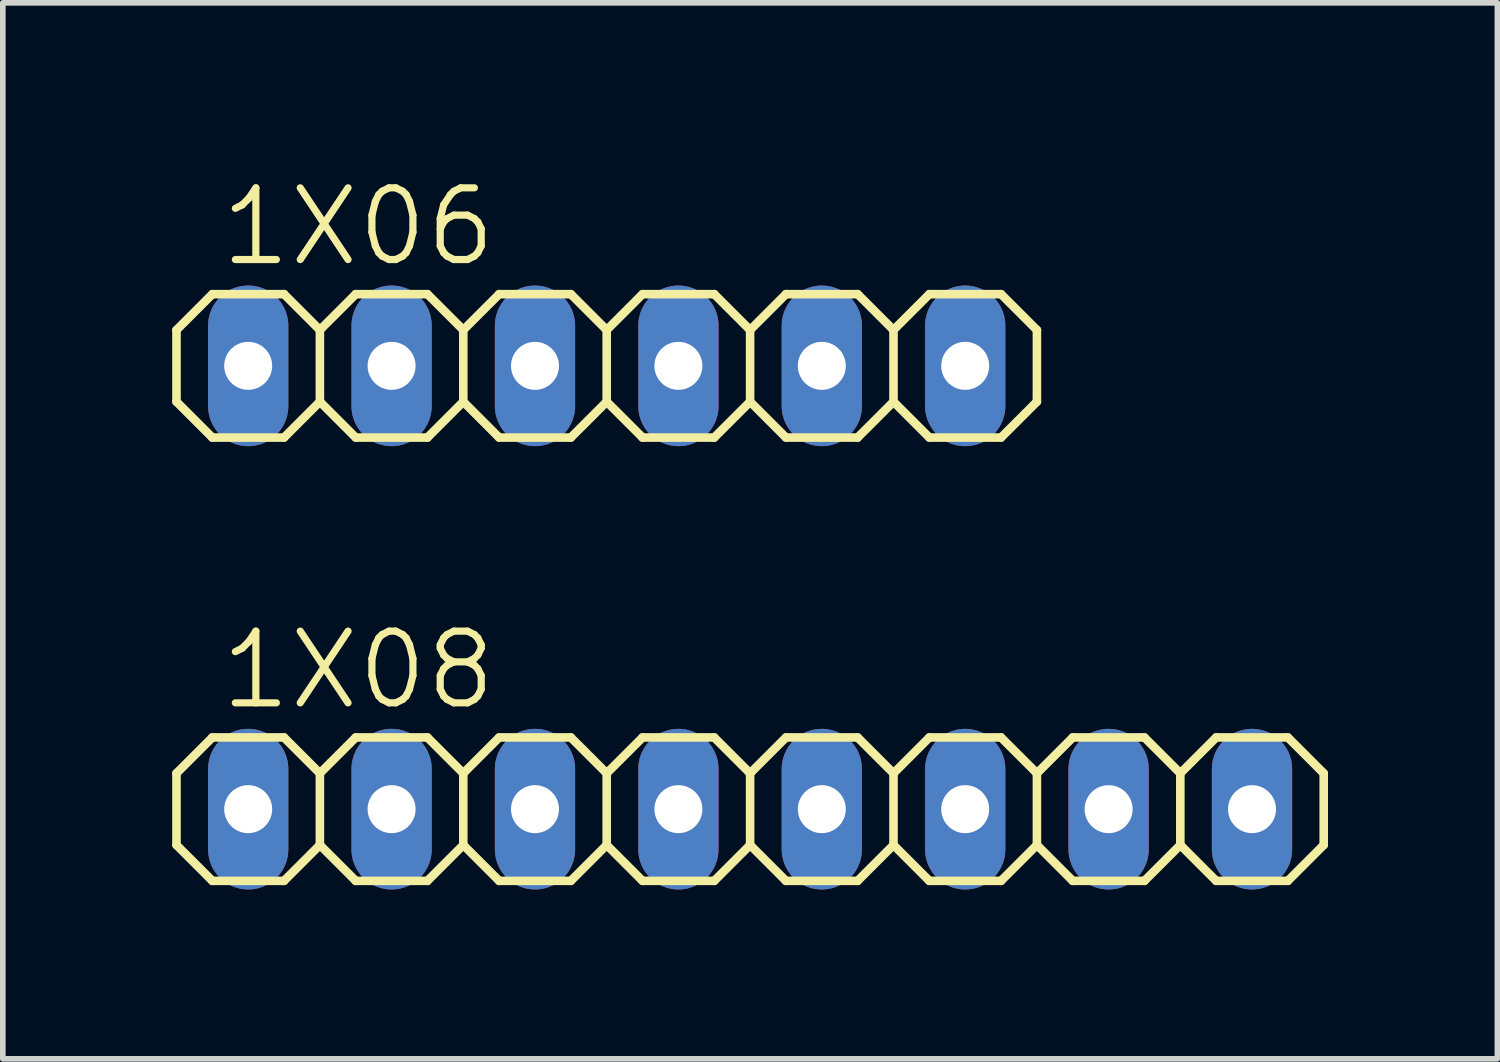
<source format=kicad_pcb>
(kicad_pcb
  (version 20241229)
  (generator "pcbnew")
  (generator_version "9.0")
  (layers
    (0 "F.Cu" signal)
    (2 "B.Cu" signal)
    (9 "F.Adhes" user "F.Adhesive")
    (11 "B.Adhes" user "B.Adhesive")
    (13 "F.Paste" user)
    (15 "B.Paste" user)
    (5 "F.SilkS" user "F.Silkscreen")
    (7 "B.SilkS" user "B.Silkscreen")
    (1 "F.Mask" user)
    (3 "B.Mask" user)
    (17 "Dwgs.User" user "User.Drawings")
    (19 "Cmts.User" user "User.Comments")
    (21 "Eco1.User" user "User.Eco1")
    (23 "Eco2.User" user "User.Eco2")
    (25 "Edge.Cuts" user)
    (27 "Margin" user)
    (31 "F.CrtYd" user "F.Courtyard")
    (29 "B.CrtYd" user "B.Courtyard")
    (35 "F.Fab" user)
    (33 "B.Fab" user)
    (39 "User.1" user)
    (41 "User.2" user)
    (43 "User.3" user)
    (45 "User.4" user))
  (footprint "1X06"
    (layer "F.Cu")
    (at 7.696 3.43)
    (property "Reference" "1X06" (at -4.4 -2.464 0) (layer "F.SilkS") (effects (font (size 1.27 1.27) (thickness 0.127))))
    (attr through_hole)
    (fp_line (start -7.62 -0.635) (end -7.62 0.635) (stroke (width 0.152) (type solid)) (layer "F.SilkS"))
    (fp_line (start -7.62 0.635) (end -6.985 1.27) (stroke (width 0.152) (type solid)) (layer "F.SilkS"))
    (fp_line (start -6.985 -1.27) (end -7.62 -0.635) (stroke (width 0.152) (type solid)) (layer "F.SilkS"))
    (fp_line (start -6.985 -1.27) (end -5.715 -1.27) (stroke (width 0.152) (type solid)) (layer "F.SilkS"))
    (fp_line (start -5.715 -1.27) (end -5.08 -0.635) (stroke (width 0.152) (type solid)) (layer "F.SilkS"))
    (fp_line (start -5.715 1.27) (end -6.985 1.27) (stroke (width 0.152) (type solid)) (layer "F.SilkS"))
    (fp_line (start -5.08 -0.635) (end -5.08 0.635) (stroke (width 0.152) (type solid)) (layer "F.SilkS"))
    (fp_line (start -5.08 -0.635) (end -4.445 -1.27) (stroke (width 0.152) (type solid)) (layer "F.SilkS"))
    (fp_line (start -5.08 0.635) (end -5.715 1.27) (stroke (width 0.152) (type solid)) (layer "F.SilkS"))
    (fp_line (start -4.445 -1.27) (end -3.175 -1.27) (stroke (width 0.152) (type solid)) (layer "F.SilkS"))
    (fp_line (start -4.445 1.27) (end -5.08 0.635) (stroke (width 0.152) (type solid)) (layer "F.SilkS"))
    (fp_line (start -3.175 -1.27) (end -2.54 -0.635) (stroke (width 0.152) (type solid)) (layer "F.SilkS"))
    (fp_line (start -3.175 1.27) (end -4.445 1.27) (stroke (width 0.152) (type solid)) (layer "F.SilkS"))
    (fp_line (start -2.54 -0.635) (end -2.54 0.635) (stroke (width 0.152) (type solid)) (layer "F.SilkS"))
    (fp_line (start -2.54 -0.635) (end -1.905 -1.27) (stroke (width 0.152) (type solid)) (layer "F.SilkS"))
    (fp_line (start -2.54 0.635) (end -3.175 1.27) (stroke (width 0.152) (type solid)) (layer "F.SilkS"))
    (fp_line (start -1.905 -1.27) (end -0.635 -1.27) (stroke (width 0.152) (type solid)) (layer "F.SilkS"))
    (fp_line (start -1.905 1.27) (end -2.54 0.635) (stroke (width 0.152) (type solid)) (layer "F.SilkS"))
    (fp_line (start -0.635 -1.27) (end 0 -0.635) (stroke (width 0.152) (type solid)) (layer "F.SilkS"))
    (fp_line (start -0.635 1.27) (end -1.905 1.27) (stroke (width 0.152) (type solid)) (layer "F.SilkS"))
    (fp_line (start 0 -0.635) (end 0 0.635) (stroke (width 0.152) (type solid)) (layer "F.SilkS"))
    (fp_line (start 0 0.635) (end -0.635 1.27) (stroke (width 0.152) (type solid)) (layer "F.SilkS"))
    (fp_line (start 0 0.635) (end 0.635 1.27) (stroke (width 0.152) (type solid)) (layer "F.SilkS"))
    (fp_line (start 0.635 -1.27) (end 0 -0.635) (stroke (width 0.152) (type solid)) (layer "F.SilkS"))
    (fp_line (start 0.635 -1.27) (end 1.905 -1.27) (stroke (width 0.152) (type solid)) (layer "F.SilkS"))
    (fp_line (start 1.905 -1.27) (end 2.54 -0.635) (stroke (width 0.152) (type solid)) (layer "F.SilkS"))
    (fp_line (start 1.905 1.27) (end 0.635 1.27) (stroke (width 0.152) (type solid)) (layer "F.SilkS"))
    (fp_line (start 2.54 -0.635) (end 2.54 0.635) (stroke (width 0.152) (type solid)) (layer "F.SilkS"))
    (fp_line (start 2.54 -0.635) (end 3.175 -1.27) (stroke (width 0.152) (type solid)) (layer "F.SilkS"))
    (fp_line (start 2.54 0.635) (end 1.905 1.27) (stroke (width 0.152) (type solid)) (layer "F.SilkS"))
    (fp_line (start 3.175 -1.27) (end 4.445 -1.27) (stroke (width 0.152) (type solid)) (layer "F.SilkS"))
    (fp_line (start 3.175 1.27) (end 2.54 0.635) (stroke (width 0.152) (type solid)) (layer "F.SilkS"))
    (fp_line (start 4.445 -1.27) (end 5.08 -0.635) (stroke (width 0.152) (type solid)) (layer "F.SilkS"))
    (fp_line (start 4.445 1.27) (end 3.175 1.27) (stroke (width 0.152) (type solid)) (layer "F.SilkS"))
    (fp_line (start 5.08 -0.635) (end 5.08 0.635) (stroke (width 0.152) (type solid)) (layer "F.SilkS"))
    (fp_line (start 5.08 0.635) (end 4.445 1.27) (stroke (width 0.152) (type solid)) (layer "F.SilkS"))
    (fp_line (start 5.08 0.635) (end 5.715 1.27) (stroke (width 0.152) (type solid)) (layer "F.SilkS"))
    (fp_line (start 5.715 -1.27) (end 5.08 -0.635) (stroke (width 0.152) (type solid)) (layer "F.SilkS"))
    (fp_line (start 5.715 -1.27) (end 6.985 -1.27) (stroke (width 0.152) (type solid)) (layer "F.SilkS"))
    (fp_line (start 6.985 -1.27) (end 7.62 -0.635) (stroke (width 0.152) (type solid)) (layer "F.SilkS"))
    (fp_line (start 6.985 1.27) (end 5.715 1.27) (stroke (width 0.152) (type solid)) (layer "F.SilkS"))
    (fp_line (start 7.62 -0.635) (end 7.62 0.635) (stroke (width 0.152) (type solid)) (layer "F.SilkS"))
    (fp_line (start 7.62 0.635) (end 6.985 1.27) (stroke (width 0.152) (type solid)) (layer "F.SilkS"))
    (fp_poly (pts (xy -6.604 -0.254) (xy -6.096 -0.254) (xy -6.096 0.254) (xy -6.604 0.254)) (stroke (width 0.1) (type solid)) (fill no) (layer "F.Fab"))
    (fp_poly (pts (xy -4.064 -0.254) (xy -3.556 -0.254) (xy -3.556 0.254) (xy -4.064 0.254)) (stroke (width 0.1) (type solid)) (fill no) (layer "F.Fab"))
    (fp_poly (pts (xy -1.524 -0.254) (xy -1.016 -0.254) (xy -1.016 0.254) (xy -1.524 0.254)) (stroke (width 0.1) (type solid)) (fill no) (layer "F.Fab"))
    (fp_poly (pts (xy 1.016 -0.254) (xy 1.524 -0.254) (xy 1.524 0.254) (xy 1.016 0.254)) (stroke (width 0.1) (type solid)) (fill no) (layer "F.Fab"))
    (fp_poly (pts (xy 3.556 -0.254) (xy 4.064 -0.254) (xy 4.064 0.254) (xy 3.556 0.254)) (stroke (width 0.1) (type solid)) (fill no) (layer "F.Fab"))
    (fp_poly (pts (xy 6.096 -0.254) (xy 6.604 -0.254) (xy 6.604 0.254) (xy 6.096 0.254)) (stroke (width 0.1) (type solid)) (fill no) (layer "F.Fab"))
    (pad "1" thru_hole oval (at -6.35 0) (size 1.422 2.845) (drill 0.85) (layers "*.Cu" "*.Mask"))
    (pad "2" thru_hole oval (at -3.81 0) (size 1.422 2.845) (drill 0.85) (layers "*.Cu" "*.Mask"))
    (pad "3" thru_hole oval (at -1.27 0) (size 1.422 2.845) (drill 0.85) (layers "*.Cu" "*.Mask"))
    (pad "4" thru_hole oval (at 1.27 0) (size 1.422 2.845) (drill 0.85) (layers "*.Cu" "*.Mask"))
    (pad "5" thru_hole oval (at 3.81 0) (size 1.422 2.845) (drill 0.85) (layers "*.Cu" "*.Mask"))
    (pad "6" thru_hole oval (at 6.35 0) (size 1.422 2.845) (drill 0.85) (layers "*.Cu" "*.Mask")))
  (footprint "1X08"
    (layer "F.Cu")
    (at 10.236 11.282)
    (property "Reference" "1X08" (at -6.94 -2.464 0) (layer "F.SilkS") (effects (font (size 1.27 1.27) (thickness 0.127))))
    (attr through_hole)
    (fp_line (start -10.16 -0.635) (end -10.16 0.635) (stroke (width 0.152) (type solid)) (layer "F.SilkS"))
    (fp_line (start -10.16 0.635) (end -9.525 1.27) (stroke (width 0.152) (type solid)) (layer "F.SilkS"))
    (fp_line (start -9.525 -1.27) (end -10.16 -0.635) (stroke (width 0.152) (type solid)) (layer "F.SilkS"))
    (fp_line (start -9.525 -1.27) (end -8.255 -1.27) (stroke (width 0.152) (type solid)) (layer "F.SilkS"))
    (fp_line (start -8.255 -1.27) (end -7.62 -0.635) (stroke (width 0.152) (type solid)) (layer "F.SilkS"))
    (fp_line (start -8.255 1.27) (end -9.525 1.27) (stroke (width 0.152) (type solid)) (layer "F.SilkS"))
    (fp_line (start -7.62 -0.635) (end -7.62 0.635) (stroke (width 0.152) (type solid)) (layer "F.SilkS"))
    (fp_line (start -7.62 -0.635) (end -6.985 -1.27) (stroke (width 0.152) (type solid)) (layer "F.SilkS"))
    (fp_line (start -7.62 0.635) (end -8.255 1.27) (stroke (width 0.152) (type solid)) (layer "F.SilkS"))
    (fp_line (start -6.985 -1.27) (end -5.715 -1.27) (stroke (width 0.152) (type solid)) (layer "F.SilkS"))
    (fp_line (start -6.985 1.27) (end -7.62 0.635) (stroke (width 0.152) (type solid)) (layer "F.SilkS"))
    (fp_line (start -5.715 -1.27) (end -5.08 -0.635) (stroke (width 0.152) (type solid)) (layer "F.SilkS"))
    (fp_line (start -5.715 1.27) (end -6.985 1.27) (stroke (width 0.152) (type solid)) (layer "F.SilkS"))
    (fp_line (start -5.08 -0.635) (end -5.08 0.635) (stroke (width 0.152) (type solid)) (layer "F.SilkS"))
    (fp_line (start -5.08 -0.635) (end -4.445 -1.27) (stroke (width 0.152) (type solid)) (layer "F.SilkS"))
    (fp_line (start -5.08 0.635) (end -5.715 1.27) (stroke (width 0.152) (type solid)) (layer "F.SilkS"))
    (fp_line (start -4.445 -1.27) (end -3.175 -1.27) (stroke (width 0.152) (type solid)) (layer "F.SilkS"))
    (fp_line (start -4.445 1.27) (end -5.08 0.635) (stroke (width 0.152) (type solid)) (layer "F.SilkS"))
    (fp_line (start -3.175 -1.27) (end -2.54 -0.635) (stroke (width 0.152) (type solid)) (layer "F.SilkS"))
    (fp_line (start -3.175 1.27) (end -4.445 1.27) (stroke (width 0.152) (type solid)) (layer "F.SilkS"))
    (fp_line (start -2.54 -0.635) (end -2.54 0.635) (stroke (width 0.152) (type solid)) (layer "F.SilkS"))
    (fp_line (start -2.54 0.635) (end -3.175 1.27) (stroke (width 0.152) (type solid)) (layer "F.SilkS"))
    (fp_line (start -2.54 0.635) (end -1.905 1.27) (stroke (width 0.152) (type solid)) (layer "F.SilkS"))
    (fp_line (start -1.905 -1.27) (end -2.54 -0.635) (stroke (width 0.152) (type solid)) (layer "F.SilkS"))
    (fp_line (start -1.905 -1.27) (end -0.635 -1.27) (stroke (width 0.152) (type solid)) (layer "F.SilkS"))
    (fp_line (start -0.635 -1.27) (end 0 -0.635) (stroke (width 0.152) (type solid)) (layer "F.SilkS"))
    (fp_line (start -0.635 1.27) (end -1.905 1.27) (stroke (width 0.152) (type solid)) (layer "F.SilkS"))
    (fp_line (start 0 -0.635) (end 0 0.635) (stroke (width 0.152) (type solid)) (layer "F.SilkS"))
    (fp_line (start 0 -0.635) (end 0.635 -1.27) (stroke (width 0.152) (type solid)) (layer "F.SilkS"))
    (fp_line (start 0 0.635) (end -0.635 1.27) (stroke (width 0.152) (type solid)) (layer "F.SilkS"))
    (fp_line (start 0.635 -1.27) (end 1.905 -1.27) (stroke (width 0.152) (type solid)) (layer "F.SilkS"))
    (fp_line (start 0.635 1.27) (end 0 0.635) (stroke (width 0.152) (type solid)) (layer "F.SilkS"))
    (fp_line (start 1.905 -1.27) (end 2.54 -0.635) (stroke (width 0.152) (type solid)) (layer "F.SilkS"))
    (fp_line (start 1.905 1.27) (end 0.635 1.27) (stroke (width 0.152) (type solid)) (layer "F.SilkS"))
    (fp_line (start 2.54 -0.635) (end 2.54 0.635) (stroke (width 0.152) (type solid)) (layer "F.SilkS"))
    (fp_line (start 2.54 -0.635) (end 3.175 -1.27) (stroke (width 0.152) (type solid)) (layer "F.SilkS"))
    (fp_line (start 2.54 0.635) (end 1.905 1.27) (stroke (width 0.152) (type solid)) (layer "F.SilkS"))
    (fp_line (start 3.175 -1.27) (end 4.445 -1.27) (stroke (width 0.152) (type solid)) (layer "F.SilkS"))
    (fp_line (start 3.175 1.27) (end 2.54 0.635) (stroke (width 0.152) (type solid)) (layer "F.SilkS"))
    (fp_line (start 4.445 -1.27) (end 5.08 -0.635) (stroke (width 0.152) (type solid)) (layer "F.SilkS"))
    (fp_line (start 4.445 1.27) (end 3.175 1.27) (stroke (width 0.152) (type solid)) (layer "F.SilkS"))
    (fp_line (start 5.08 -0.635) (end 5.08 0.635) (stroke (width 0.152) (type solid)) (layer "F.SilkS"))
    (fp_line (start 5.08 0.635) (end 4.445 1.27) (stroke (width 0.152) (type solid)) (layer "F.SilkS"))
    (fp_line (start 5.08 0.635) (end 5.715 1.27) (stroke (width 0.152) (type solid)) (layer "F.SilkS"))
    (fp_line (start 5.715 -1.27) (end 5.08 -0.635) (stroke (width 0.152) (type solid)) (layer "F.SilkS"))
    (fp_line (start 5.715 -1.27) (end 6.985 -1.27) (stroke (width 0.152) (type solid)) (layer "F.SilkS"))
    (fp_line (start 6.985 -1.27) (end 7.62 -0.635) (stroke (width 0.152) (type solid)) (layer "F.SilkS"))
    (fp_line (start 6.985 1.27) (end 5.715 1.27) (stroke (width 0.152) (type solid)) (layer "F.SilkS"))
    (fp_line (start 7.62 -0.635) (end 7.62 0.635) (stroke (width 0.152) (type solid)) (layer "F.SilkS"))
    (fp_line (start 7.62 0.635) (end 6.985 1.27) (stroke (width 0.152) (type solid)) (layer "F.SilkS"))
    (fp_line (start 7.62 0.635) (end 8.255 1.27) (stroke (width 0.152) (type solid)) (layer "F.SilkS"))
    (fp_line (start 8.255 -1.27) (end 7.62 -0.635) (stroke (width 0.152) (type solid)) (layer "F.SilkS"))
    (fp_line (start 8.255 -1.27) (end 9.525 -1.27) (stroke (width 0.152) (type solid)) (layer "F.SilkS"))
    (fp_line (start 9.525 -1.27) (end 10.16 -0.635) (stroke (width 0.152) (type solid)) (layer "F.SilkS"))
    (fp_line (start 9.525 1.27) (end 8.255 1.27) (stroke (width 0.152) (type solid)) (layer "F.SilkS"))
    (fp_line (start 10.16 -0.635) (end 10.16 0.635) (stroke (width 0.152) (type solid)) (layer "F.SilkS"))
    (fp_line (start 10.16 0.635) (end 9.525 1.27) (stroke (width 0.152) (type solid)) (layer "F.SilkS"))
    (fp_poly (pts (xy -9.144 -0.254) (xy -8.636 -0.254) (xy -8.636 0.254) (xy -9.144 0.254)) (stroke (width 0.1) (type solid)) (fill no) (layer "F.Fab"))
    (fp_poly (pts (xy -6.604 -0.254) (xy -6.096 -0.254) (xy -6.096 0.254) (xy -6.604 0.254)) (stroke (width 0.1) (type solid)) (fill no) (layer "F.Fab"))
    (fp_poly (pts (xy -4.064 -0.254) (xy -3.556 -0.254) (xy -3.556 0.254) (xy -4.064 0.254)) (stroke (width 0.1) (type solid)) (fill no) (layer "F.Fab"))
    (fp_poly (pts (xy -1.524 -0.254) (xy -1.016 -0.254) (xy -1.016 0.254) (xy -1.524 0.254)) (stroke (width 0.1) (type solid)) (fill no) (layer "F.Fab"))
    (fp_poly (pts (xy 1.016 -0.254) (xy 1.524 -0.254) (xy 1.524 0.254) (xy 1.016 0.254)) (stroke (width 0.1) (type solid)) (fill no) (layer "F.Fab"))
    (fp_poly (pts (xy 3.556 -0.254) (xy 4.064 -0.254) (xy 4.064 0.254) (xy 3.556 0.254)) (stroke (width 0.1) (type solid)) (fill no) (layer "F.Fab"))
    (fp_poly (pts (xy 6.096 -0.254) (xy 6.604 -0.254) (xy 6.604 0.254) (xy 6.096 0.254)) (stroke (width 0.1) (type solid)) (fill no) (layer "F.Fab"))
    (fp_poly (pts (xy 8.636 -0.254) (xy 9.144 -0.254) (xy 9.144 0.254) (xy 8.636 0.254)) (stroke (width 0.1) (type solid)) (fill no) (layer "F.Fab"))
    (pad "1" thru_hole oval (at -8.89 0) (size 1.422 2.845) (drill 0.85) (layers "*.Cu" "*.Mask"))
    (pad "2" thru_hole oval (at -6.35 0) (size 1.422 2.845) (drill 0.85) (layers "*.Cu" "*.Mask"))
    (pad "3" thru_hole oval (at -3.81 0) (size 1.422 2.845) (drill 0.85) (layers "*.Cu" "*.Mask"))
    (pad "4" thru_hole oval (at -1.27 0) (size 1.422 2.845) (drill 0.85) (layers "*.Cu" "*.Mask"))
    (pad "5" thru_hole oval (at 1.27 0) (size 1.422 2.845) (drill 0.85) (layers "*.Cu" "*.Mask"))
    (pad "6" thru_hole oval (at 3.81 0) (size 1.422 2.845) (drill 0.85) (layers "*.Cu" "*.Mask"))
    (pad "7" thru_hole oval (at 6.35 0) (size 1.422 2.845) (drill 0.85) (layers "*.Cu" "*.Mask"))
    (pad "8" thru_hole oval (at 8.89 0) (size 1.422 2.845) (drill 0.85) (layers "*.Cu" "*.Mask")))
  (gr_rect
    (start -3 -3)
    (end 23.472 15.704)
    (stroke (width 0.1) (type default))
    (fill no)
    (layer "Edge.Cuts")))
</source>
